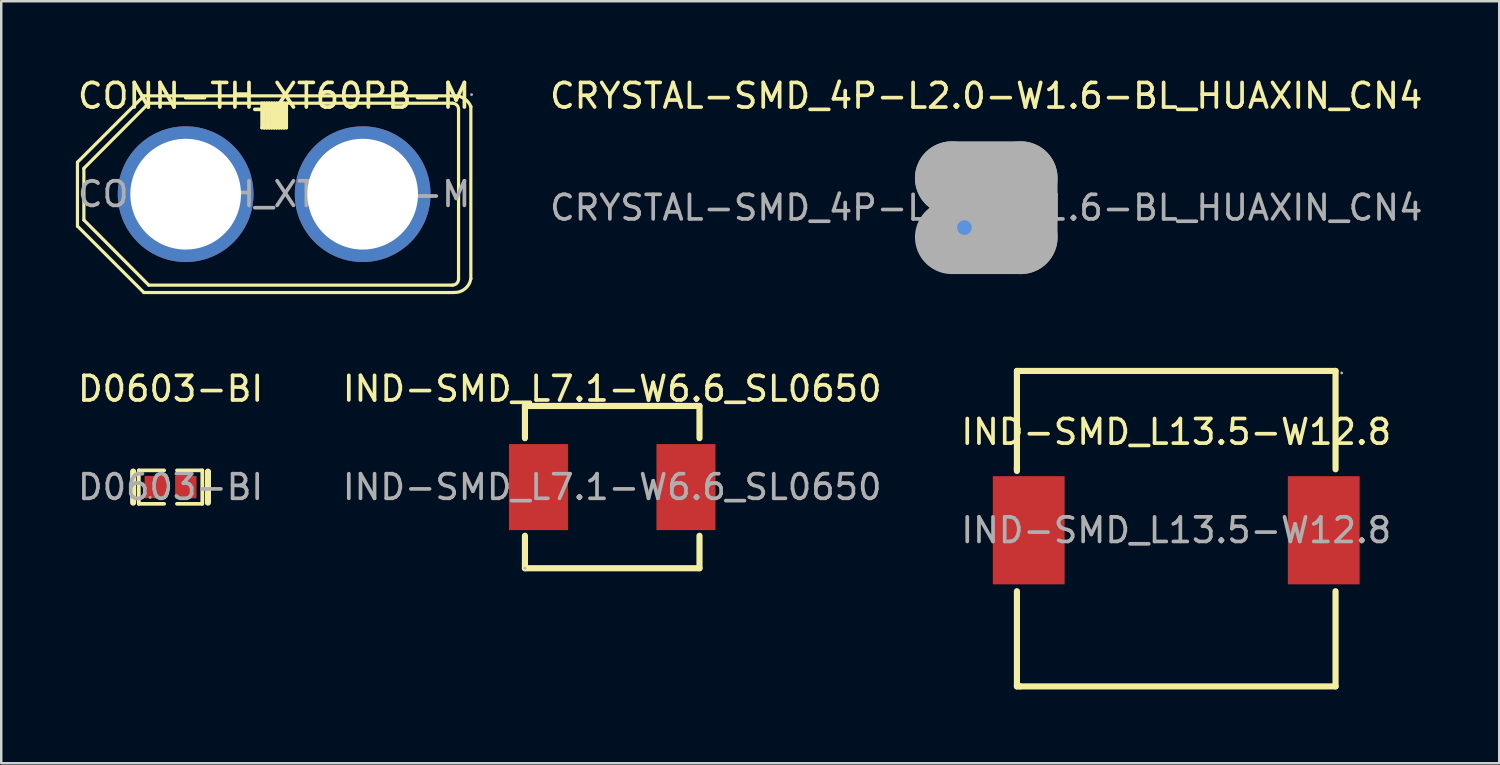
<source format=kicad_pcb>
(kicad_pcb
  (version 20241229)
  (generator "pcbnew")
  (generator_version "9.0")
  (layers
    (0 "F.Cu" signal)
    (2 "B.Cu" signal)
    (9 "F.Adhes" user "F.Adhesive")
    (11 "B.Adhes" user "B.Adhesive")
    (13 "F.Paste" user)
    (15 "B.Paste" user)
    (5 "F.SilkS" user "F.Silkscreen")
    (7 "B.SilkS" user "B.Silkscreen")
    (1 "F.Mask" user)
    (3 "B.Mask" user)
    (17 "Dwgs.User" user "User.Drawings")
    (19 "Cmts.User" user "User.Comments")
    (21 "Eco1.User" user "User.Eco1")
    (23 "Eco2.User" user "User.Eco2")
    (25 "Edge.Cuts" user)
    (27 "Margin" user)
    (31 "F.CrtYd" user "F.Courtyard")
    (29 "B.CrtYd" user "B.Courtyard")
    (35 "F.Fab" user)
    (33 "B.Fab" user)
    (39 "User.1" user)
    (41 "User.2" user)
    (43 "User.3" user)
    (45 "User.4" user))
  (footprint "IND-SMD_L7.1-W6.6_SL0650"
    (layer "F.Cu")
    (at 21.851 16.762)
    (property "Reference" "IND-SMD_L7.1-W6.6_SL0650" (at 0 -4 0) (layer "F.SilkS") (effects (font (size 1 1) (thickness 0.15))))
    (attr smd)
    (fp_line (start -3.55 -3.3) (end -3.55 -1.99) (stroke (width 0.25) (type solid)) (layer "F.SilkS"))
    (fp_line (start -3.55 -3.3) (end 3.55 -3.3) (stroke (width 0.25) (type solid)) (layer "F.SilkS"))
    (fp_line (start -3.55 1.98) (end -3.55 3.3) (stroke (width 0.25) (type solid)) (layer "F.SilkS"))
    (fp_line (start -3.55 3.3) (end 3.55 3.3) (stroke (width 0.25) (type solid)) (layer "F.SilkS"))
    (fp_line (start 3.55 -3.3) (end 3.55 -1.99) (stroke (width 0.25) (type solid)) (layer "F.SilkS"))
    (fp_line (start 3.55 1.98) (end 3.55 3.3) (stroke (width 0.25) (type solid)) (layer "F.SilkS"))
    (fp_circle (center -3.55 3.3) (end -3.52 3.3) (stroke (width 0.06) (type solid)) (fill no) (layer "F.Fab"))
    (fp_text user "${REFERENCE}" (at 0 0 0) (layer "F.Fab") (effects (font (size 1 1) (thickness 0.15))))
    (pad "1" smd rect (at -3 0) (size 2.4 3.5) (layers "F.Cu" "F.Mask" "F.Paste"))
    (pad "2" smd rect (at 3 0) (size 2.4 3.5) (layers "F.Cu" "F.Mask" "F.Paste")))
  (footprint "D0603-BI"
    (layer "F.Cu")
    (at 3.887 16.762)
    (property "Reference" "D0603-BI" (at 0 -4 0) (layer "F.SilkS") (effects (font (size 1 1) (thickness 0.15))))
    (attr smd)
    (fp_line (start -1.52 -0.63) (end -1.52 0.63) (stroke (width 0.25) (type solid)) (layer "F.SilkS"))
    (fp_line (start -1.29 -0.68) (end -0.26 -0.68) (stroke (width 0.15) (type solid)) (layer "F.SilkS"))
    (fp_line (start -1.29 0.68) (end -1.29 -0.68) (stroke (width 0.15) (type solid)) (layer "F.SilkS"))
    (fp_line (start -0.26 0.68) (end -1.29 0.68) (stroke (width 0.15) (type solid)) (layer "F.SilkS"))
    (fp_line (start 0.26 0.68) (end 1.29 0.68) (stroke (width 0.15) (type solid)) (layer "F.SilkS"))
    (fp_line (start 1.29 -0.68) (end 0.26 -0.68) (stroke (width 0.15) (type solid)) (layer "F.SilkS"))
    (fp_line (start 1.29 0.68) (end 1.29 -0.68) (stroke (width 0.15) (type solid)) (layer "F.SilkS"))
    (fp_line (start 1.52 -0.63) (end 1.52 0.63) (stroke (width 0.25) (type solid)) (layer "F.SilkS"))
    (fp_circle (center -0.83 0.42) (end -0.8 0.42) (stroke (width 0.06) (type solid)) (fill no) (layer "F.Fab"))
    (fp_text user "${REFERENCE}" (at 0 0 0) (layer "F.Fab") (effects (font (size 1 1) (thickness 0.15))))
    (pad "1" smd rect (at -0.62 0) (size 0.87 0.91) (layers "F.Cu" "F.Mask" "F.Paste"))
    (pad "2" smd rect (at 0.62 0) (size 0.87 0.91) (layers "F.Cu" "F.Mask" "F.Paste")))
  (footprint "IND-SMD_L13.5-W12.8"
    (layer "F.Cu")
    (at 44.792 18.518)
    (property "Reference" "IND-SMD_L13.5-W12.8" (at 0 -4 0) (layer "F.SilkS") (effects (font (size 1 1) (thickness 0.15))))
    (attr smd)
    (fp_line (start -6.48 -6.48) (end 6.48 -6.48) (stroke (width 0.25) (type solid)) (layer "F.SilkS"))
    (fp_line (start -6.48 -2.48) (end -6.48 -2.54) (stroke (width 0.25) (type solid)) (layer "F.SilkS"))
    (fp_line (start -6.48 -2.41) (end -6.48 -6.48) (stroke (width 0.25) (type solid)) (layer "F.SilkS"))
    (fp_line (start -6.48 6.35) (end -6.48 2.48) (stroke (width 0.25) (type solid)) (layer "F.SilkS"))
    (fp_line (start -6.35 6.35) (end -6.48 6.35) (stroke (width 0.25) (type solid)) (layer "F.SilkS"))
    (fp_line (start 6.48 -6.48) (end 6.48 -2.48) (stroke (width 0.25) (type solid)) (layer "F.SilkS"))
    (fp_line (start 6.48 2.48) (end 6.48 6.35) (stroke (width 0.25) (type solid)) (layer "F.SilkS"))
    (fp_line (start 6.48 6.35) (end -6.35 6.35) (stroke (width 0.25) (type solid)) (layer "F.SilkS"))
    (fp_circle (center 6.73 -6.4) (end 6.76 -6.4) (stroke (width 0.06) (type solid)) (fill no) (layer "F.Fab"))
    (fp_text user "${REFERENCE}" (at 0 0 0) (layer "F.Fab") (effects (font (size 1 1) (thickness 0.15))))
    (pad "1" smd rect (at 6 0) (size 2.92 4.4) (layers "F.Cu" "F.Mask" "F.Paste"))
    (pad "2" smd rect (at -6 0) (size 2.92 4.4) (layers "F.Cu" "F.Mask" "F.Paste")))
  (footprint "CONN-TH_XT60PB-M"
    (layer "F.Cu")
    (at 8.101 4.848)
    (property "Reference" "CONN-TH_XT60PB-M" (at 0 -4 0) (layer "F.SilkS") (effects (font (size 1 1) (thickness 0.15))))
    (attr through_hole)
    (fp_line (start -8 -1.3) (end -5.3 -4) (stroke (width 0.13) (type solid)) (layer "F.SilkS"))
    (fp_line (start -8 1.3) (end -8 -1.3) (stroke (width 0.13) (type solid)) (layer "F.SilkS"))
    (fp_line (start -7.74 -1.05) (end -7.74 1.05) (stroke (width 0.13) (type solid)) (layer "F.SilkS"))
    (fp_line (start -7.74 1.05) (end -5.1 3.7) (stroke (width 0.13) (type solid)) (layer "F.SilkS"))
    (fp_line (start -5.3 -4) (end 7.3 -4) (stroke (width 0.13) (type solid)) (layer "F.SilkS"))
    (fp_line (start -5.3 4) (end -8 1.3) (stroke (width 0.13) (type solid)) (layer "F.SilkS"))
    (fp_line (start -5.1 -3.7) (end -7.74 -1.05) (stroke (width 0.13) (type solid)) (layer "F.SilkS"))
    (fp_line (start -5.1 3.7) (end 7.25 3.7) (stroke (width 0.13) (type solid)) (layer "F.SilkS"))
    (fp_line (start -0.5 -3.7) (end -5.1 -3.7) (stroke (width 0.13) (type solid)) (layer "F.SilkS"))
    (fp_line (start -0.5 -2.7) (end -0.5 -3.7) (stroke (width 0.13) (type solid)) (layer "F.SilkS"))
    (fp_line (start -0.4 -3.7) (end -0.5 -3.7) (stroke (width 0.13) (type solid)) (layer "F.SilkS"))
    (fp_line (start -0.4 -2.7) (end -0.5 -2.7) (stroke (width 0.13) (type solid)) (layer "F.SilkS"))
    (fp_line (start -0.4 -2.7) (end -0.4 -3.7) (stroke (width 0.13) (type solid)) (layer "F.SilkS"))
    (fp_line (start -0.3 -3.7) (end -0.4 -3.7) (stroke (width 0.13) (type solid)) (layer "F.SilkS"))
    (fp_line (start -0.3 -2.7) (end -0.4 -2.7) (stroke (width 0.13) (type solid)) (layer "F.SilkS"))
    (fp_line (start -0.3 -2.7) (end -0.3 -3.7) (stroke (width 0.13) (type solid)) (layer "F.SilkS"))
    (fp_line (start -0.2 -3.7) (end -0.3 -3.7) (stroke (width 0.13) (type solid)) (layer "F.SilkS"))
    (fp_line (start -0.2 -2.7) (end -0.3 -2.7) (stroke (width 0.13) (type solid)) (layer "F.SilkS"))
    (fp_line (start -0.2 -2.7) (end -0.2 -3.7) (stroke (width 0.13) (type solid)) (layer "F.SilkS"))
    (fp_line (start -0.1 -3.7) (end -0.2 -3.7) (stroke (width 0.13) (type solid)) (layer "F.SilkS"))
    (fp_line (start -0.1 -2.7) (end -0.2 -2.7) (stroke (width 0.13) (type solid)) (layer "F.SilkS"))
    (fp_line (start -0.1 -2.7) (end -0.1 -3.7) (stroke (width 0.13) (type solid)) (layer "F.SilkS"))
    (fp_line (start 0 -3.7) (end -0.1 -3.7) (stroke (width 0.13) (type solid)) (layer "F.SilkS"))
    (fp_line (start 0 -2.7) (end -0.1 -2.7) (stroke (width 0.13) (type solid)) (layer "F.SilkS"))
    (fp_line (start 0 -2.7) (end 0 -3.7) (stroke (width 0.13) (type solid)) (layer "F.SilkS"))
    (fp_line (start 0.1 -3.7) (end 0 -3.7) (stroke (width 0.13) (type solid)) (layer "F.SilkS"))
    (fp_line (start 0.1 -2.7) (end 0 -2.7) (stroke (width 0.13) (type solid)) (layer "F.SilkS"))
    (fp_line (start 0.1 -2.7) (end 0.1 -3.7) (stroke (width 0.13) (type solid)) (layer "F.SilkS"))
    (fp_line (start 0.2 -3.7) (end 0.1 -3.7) (stroke (width 0.13) (type solid)) (layer "F.SilkS"))
    (fp_line (start 0.2 -2.7) (end 0.1 -2.7) (stroke (width 0.13) (type solid)) (layer "F.SilkS"))
    (fp_line (start 0.2 -2.7) (end 0.2 -3.7) (stroke (width 0.13) (type solid)) (layer "F.SilkS"))
    (fp_line (start 0.3 -3.7) (end 0.2 -3.7) (stroke (width 0.13) (type solid)) (layer "F.SilkS"))
    (fp_line (start 0.3 -2.7) (end 0.2 -2.7) (stroke (width 0.13) (type solid)) (layer "F.SilkS"))
    (fp_line (start 0.3 -2.7) (end 0.3 -3.7) (stroke (width 0.13) (type solid)) (layer "F.SilkS"))
    (fp_line (start 0.4 -3.7) (end 0.3 -3.7) (stroke (width 0.13) (type solid)) (layer "F.SilkS"))
    (fp_line (start 0.4 -2.7) (end 0.3 -2.7) (stroke (width 0.13) (type solid)) (layer "F.SilkS"))
    (fp_line (start 0.4 -2.7) (end 0.4 -3.7) (stroke (width 0.13) (type solid)) (layer "F.SilkS"))
    (fp_line (start 0.5 -3.7) (end 0.4 -3.7) (stroke (width 0.13) (type solid)) (layer "F.SilkS"))
    (fp_line (start 0.5 -3.7) (end 0.5 -2.7) (stroke (width 0.13) (type solid)) (layer "F.SilkS"))
    (fp_line (start 0.5 -2.7) (end 0.4 -2.7) (stroke (width 0.13) (type solid)) (layer "F.SilkS"))
    (fp_line (start 7.25 -3.7) (end 0.5 -3.7) (stroke (width 0.13) (type solid)) (layer "F.SilkS"))
    (fp_line (start 7.3 4) (end -5.3 4) (stroke (width 0.13) (type solid)) (layer "F.SilkS"))
    (fp_line (start 7.5 3.45) (end 7.5 -3.45) (stroke (width 0.13) (type solid)) (layer "F.SilkS"))
    (fp_line (start 8 -3.56) (end 8 3.44) (stroke (width 0.13) (type solid)) (layer "F.SilkS"))
    (fp_arc (start 7.25 -3.7) (mid 7.426777 -3.626777) (end 7.5 -3.45) (stroke (width 0.13) (type solid)) (layer "F.SilkS"))
    (fp_arc (start 7.3 -4) (mid 7.723076 -3.894402) (end 8.002115 -3.559318) (stroke (width 0.13) (type solid)) (layer "F.SilkS"))
    (fp_arc (start 7.5 3.45) (mid 7.426777 3.626777) (end 7.25 3.7) (stroke (width 0.13) (type solid)) (layer "F.SilkS"))
    (fp_arc (start 8 3.44) (mid 7.756963 3.853299) (end 7.299825 3.997897) (stroke (width 0.13) (type solid)) (layer "F.SilkS"))
    (fp_circle (center -3.6 0) (end -2.6 0) (stroke (width 2) (type solid)) (fill no) (layer "F.Fab"))
    (fp_circle (center 3.6 0) (end 4.6 0) (stroke (width 2) (type solid)) (fill no) (layer "F.Fab"))
    (fp_circle (center 8.03 -4.05) (end 8.06 -4.05) (stroke (width 0.06) (type solid)) (fill no) (layer "F.Fab"))
    (fp_text user "${REFERENCE}" (at 0 0 0) (layer "F.Fab") (effects (font (size 1 1) (thickness 0.15))))
    (pad "1" thru_hole circle (at 3.6 0) (size 5.52 5.52) (drill oval 4.5 4.505) (layers "*.Cu" "*.Mask"))
    (pad "2" thru_hole circle (at -3.6 0) (size 5.52 5.52) (drill oval 4.5 4.505) (layers "*.Cu" "*.Mask")))
  (footprint "CRYSTAL-SMD_4P-L2.0-W1.6-BL_HUAXIN_CN4"
    (layer "F.Cu")
    (at 37.065 5.398)
    (property "Reference" "CRYSTAL-SMD_4P-L2.0-W1.6-BL_HUAXIN_CN4" (at 0 -4.55 0) (layer "F.SilkS") (effects (font (size 1 1) (thickness 0.15))))
    (attr smd)
    (fp_line (start -1.8 0) (end -1.8 1.6) (stroke (width 0.25) (type solid)) (layer "F.SilkS"))
    (fp_line (start -1.8 1.6) (end -0.1 1.6) (stroke (width 0.25) (type solid)) (layer "F.SilkS"))
    (fp_circle (center -0.89 0.81) (end -0.74 0.81) (stroke (width 0.3) (type solid)) (fill no) (layer "Cmts.User"))
    (fp_line (start -1.4 -1.2) (end -1.4 -1.2) (stroke (width 3) (type solid)) (layer "F.Fab"))
    (fp_line (start -1.4 -1.2) (end 1.4 -1.2) (stroke (width 3) (type solid)) (layer "F.Fab"))
    (fp_line (start 1.4 -1.2) (end 1.4 1.2) (stroke (width 3) (type solid)) (layer "F.Fab"))
    (fp_line (start 1.4 1.2) (end -1.4 1.2) (stroke (width 3) (type solid)) (layer "F.Fab"))
    (fp_circle (center -1 0.85) (end -0.97 0.85) (stroke (width 0.06) (type solid)) (fill no) (layer "F.Fab"))
    (fp_text user "${REFERENCE}" (at 0 0 0) (layer "F.Fab") (effects (font (size 1 1) (thickness 0.15))))
    (pad "1" smd rect (at -0.7 0.55) (size 0.9 0.8) (layers "F.Cu" "F.Mask" "F.Paste"))
    (pad "2" smd rect (at 0.7 0.55) (size 0.9 0.8) (layers "F.Cu" "F.Mask" "F.Paste"))
    (pad "3" smd rect (at 0.7 -0.55) (size 0.9 0.8) (layers "F.Cu" "F.Mask" "F.Paste"))
    (pad "4" smd rect (at -0.7 -0.55) (size 0.9 0.8) (layers "F.Cu" "F.Mask" "F.Paste")))
  (gr_rect
    (start -3 -3)
    (end 57.929 27.993)
    (stroke (width 0.1) (type default))
    (fill no)
    (layer "Edge.Cuts")))
</source>
